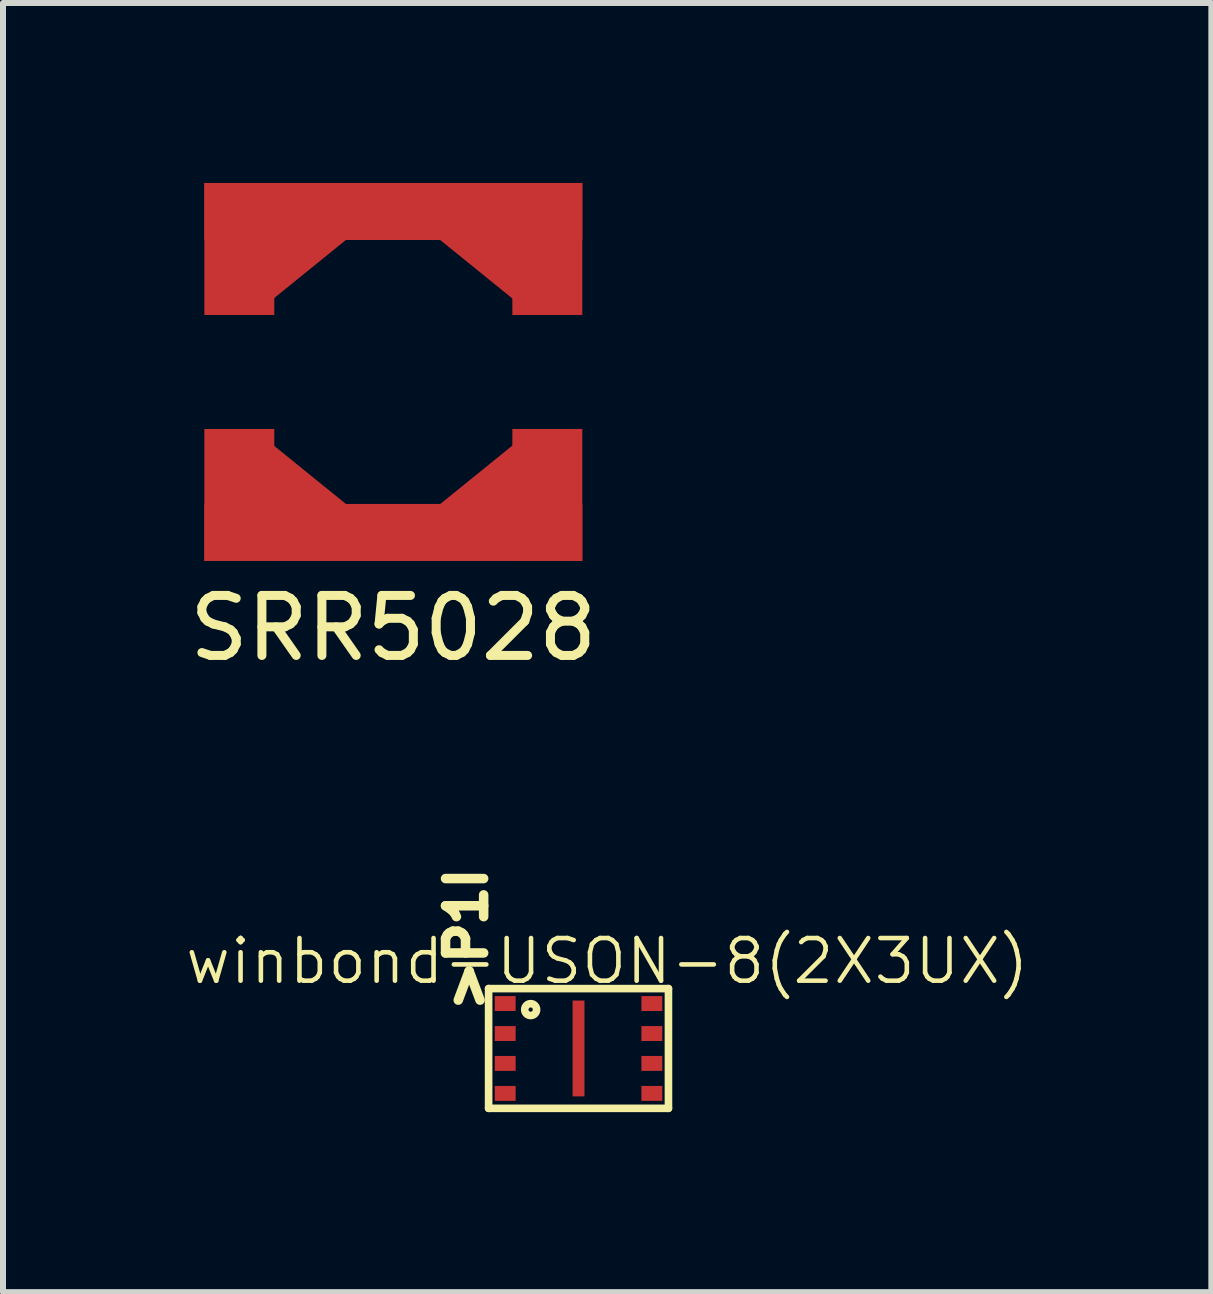
<source format=kicad_pcb>
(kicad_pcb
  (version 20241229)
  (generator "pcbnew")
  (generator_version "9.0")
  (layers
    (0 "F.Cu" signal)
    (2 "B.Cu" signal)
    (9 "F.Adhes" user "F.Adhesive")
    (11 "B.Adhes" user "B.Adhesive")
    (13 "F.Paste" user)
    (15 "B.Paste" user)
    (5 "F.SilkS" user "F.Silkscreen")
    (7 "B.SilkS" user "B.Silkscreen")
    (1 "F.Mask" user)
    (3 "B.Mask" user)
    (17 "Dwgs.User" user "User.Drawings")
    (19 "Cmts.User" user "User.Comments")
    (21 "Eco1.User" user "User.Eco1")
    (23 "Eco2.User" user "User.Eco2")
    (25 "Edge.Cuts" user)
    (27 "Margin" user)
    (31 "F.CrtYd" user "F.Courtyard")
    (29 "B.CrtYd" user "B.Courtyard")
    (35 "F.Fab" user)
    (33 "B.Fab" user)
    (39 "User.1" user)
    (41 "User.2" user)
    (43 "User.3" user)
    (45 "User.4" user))
  (footprint "winbond-USON-8(2X3UX)"
    (layer "F.Cu")
    (at 6.593 14.426)
    (property "Reference" "winbond-USON-8(2X3UX)" (at 0.478 -1.455 0) (layer "F.SilkS") (effects (font (size 0.711 0.711) (thickness 0.076))))
    (attr smd)
    (fp_line (start -1.499 -0.998) (end 1.499 -0.998) (stroke (width 0.127) (type solid)) (layer "F.SilkS"))
    (fp_line (start -1.499 0.998) (end -1.499 -0.998) (stroke (width 0.127) (type solid)) (layer "F.SilkS"))
    (fp_line (start 1.499 -0.998) (end 1.499 0.998) (stroke (width 0.127) (type solid)) (layer "F.SilkS"))
    (fp_line (start 1.499 0.998) (end -1.499 0.998) (stroke (width 0.127) (type solid)) (layer "F.SilkS"))
    (fp_circle (center -0.798 -0.648) (end -0.798 -0.747) (stroke (width 0.127) (type solid)) (fill no) (layer "F.SilkS"))
    (fp_text user ">P1I" (at -1.867 -1.819 90) (layer "F.SilkS") (effects (font (size 0.635 0.635) (thickness 0.178))))
    (pad "1" smd rect (at -1.222 -0.749) (size 0.348 0.249) (layers "F.Cu" "F.Mask" "F.Paste"))
    (pad "2" smd rect (at -1.222 -0.249) (size 0.348 0.249) (layers "F.Cu" "F.Mask" "F.Paste"))
    (pad "3" smd rect (at -1.222 0.249) (size 0.348 0.249) (layers "F.Cu" "F.Mask" "F.Paste"))
    (pad "4" smd rect (at -1.222 0.749) (size 0.348 0.249) (layers "F.Cu" "F.Mask" "F.Paste"))
    (pad "5" smd rect (at 1.222 0.749) (size 0.348 0.249) (layers "F.Cu" "F.Mask" "F.Paste"))
    (pad "6" smd rect (at 1.222 0.249) (size 0.348 0.249) (layers "F.Cu" "F.Mask" "F.Paste"))
    (pad "7" smd rect (at 1.222 -0.249) (size 0.348 0.249) (layers "F.Cu" "F.Mask" "F.Paste"))
    (pad "8" smd rect (at 1.222 -0.749) (size 0.348 0.249) (layers "F.Cu" "F.Mask" "F.Paste"))
    (pad "9" smd rect (at 0 0) (size 0.198 1.598) (layers "F.Cu" "F.Mask" "F.Paste")))
  (footprint "SRR5028"
    (layer "F.Cu")
    (at 3.506 3.15)
    (property "Reference" "SRR5028" (at 0 4.27 0) (layer "F.SilkS") (effects (font (size 1 1) (thickness 0.15))))
    (attr through_hole)
    (pad "1" smd rect (at -2.567 -2.05) (size 1.166 2.2) (layers "F.Cu" "F.Mask" "F.Paste"))
    (pad "1" smd rect (at -1.77 -2.05 309) (size 1 1.9) (layers "F.Cu" "F.Mask" "F.Paste"))
    (pad "1" smd rect (at 0 -2.675) (size 6.3 0.95) (layers "F.Cu" "F.Mask" "F.Paste"))
    (pad "1" smd rect (at 1.76 -2.05 51) (size 1 1.9) (layers "F.Cu" "F.Mask" "F.Paste"))
    (pad "1" smd rect (at 2.567 -2.05) (size 1.166 2.2) (layers "F.Cu" "F.Mask" "F.Paste"))
    (pad "2" smd rect (at -2.567 2.05) (size 1.166 2.2) (layers "F.Cu" "F.Mask" "F.Paste"))
    (pad "2" smd rect (at -1.77 2.05 51) (size 1 1.9) (layers "F.Cu" "F.Mask" "F.Paste"))
    (pad "2" smd rect (at 0 2.675) (size 6.3 0.95) (layers "F.Cu" "F.Mask" "F.Paste"))
    (pad "2" smd rect (at 1.75 2.06 309) (size 1 1.9) (layers "F.Cu" "F.Mask" "F.Paste"))
    (pad "2" smd rect (at 2.567 2.05) (size 1.166 2.2) (layers "F.Cu" "F.Mask" "F.Paste")))
  (gr_rect
    (start -3 -3)
    (end 17.141 18.487)
    (stroke (width 0.1) (type default))
    (fill no)
    (layer "Edge.Cuts")))
</source>
